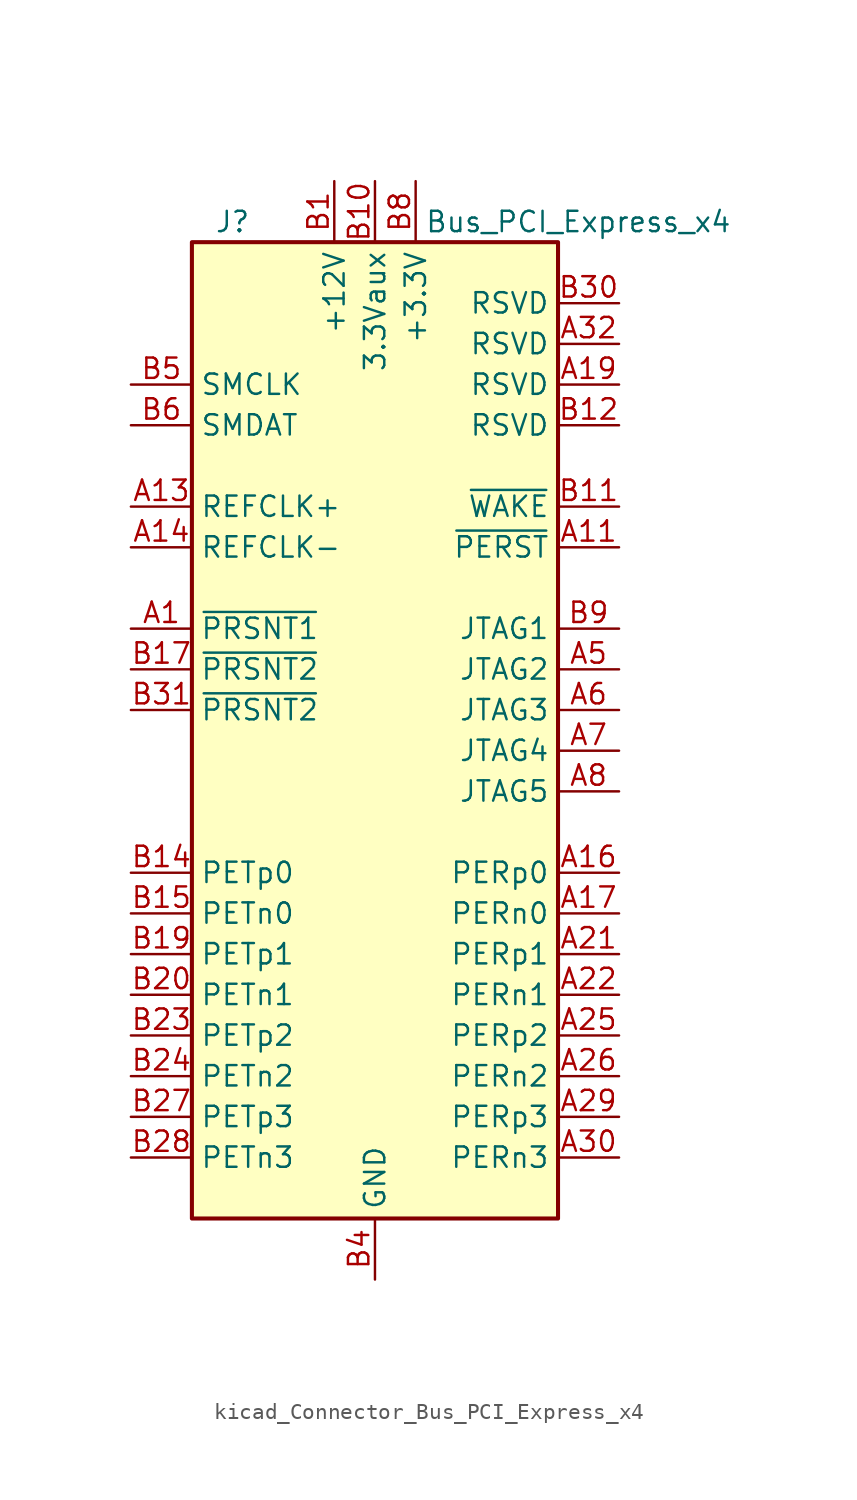
<source format=kicad_sym>
(kicad_symbol_lib
  (version 20220914)
  (generator kicad_symbol_editor)
  (symbol "kicad_Connector_Bus_PCI_Express_x4"
    (property "Reference" "J"
      (at -8.89 33.02 0)
      (effects (font (size 1.27 1.27))))
    (property "Value" "Bus_PCI_Express_x4"
      (at 12.7 33.02 0)
      (effects (font (size 1.27 1.27))))
    (symbol "kicad_Connector_Bus_PCI_Express_x4_0_1"
      (rectangle (start -11.43 31.75) (end 11.43 -29.21) (stroke (width 0.254) (type default)) (fill (type background))))
    (symbol "kicad_Connector_Bus_PCI_Express_x4_1_1"
      (pin passive line (at -15.24 7.62 0) (length 3.81) (name "~{PRSNT1}" (effects (font (size 1.27 1.27)))) (number "A1" (effects (font (size 1.27 1.27)))))
      (pin passive line (at 2.54 35.56 270) (length 3.81) hide (name "+3.3V" (effects (font (size 1.27 1.27)))) (number "A10" (effects (font (size 1.27 1.27)))))
      (pin input line (at 15.24 12.7 180) (length 3.81) (name "~{PERST}" (effects (font (size 1.27 1.27)))) (number "A11" (effects (font (size 1.27 1.27)))))
      (pin passive line (at 0 -33.02 90) (length 3.81) hide (name "GND" (effects (font (size 1.27 1.27)))) (number "A12" (effects (font (size 1.27 1.27)))))
      (pin input line (at -15.24 15.24 0) (length 3.81) (name "REFCLK+" (effects (font (size 1.27 1.27)))) (number "A13" (effects (font (size 1.27 1.27)))))
      (pin input line (at -15.24 12.7 0) (length 3.81) (name "REFCLK-" (effects (font (size 1.27 1.27)))) (number "A14" (effects (font (size 1.27 1.27)))))
      (pin passive line (at 0 -33.02 90) (length 3.81) hide (name "GND" (effects (font (size 1.27 1.27)))) (number "A15" (effects (font (size 1.27 1.27)))))
      (pin output line (at 15.24 -7.62 180) (length 3.81) (name "PERp0" (effects (font (size 1.27 1.27)))) (number "A16" (effects (font (size 1.27 1.27)))))
      (pin output line (at 15.24 -10.16 180) (length 3.81) (name "PERn0" (effects (font (size 1.27 1.27)))) (number "A17" (effects (font (size 1.27 1.27)))))
      (pin passive line (at 0 -33.02 90) (length 3.81) hide (name "GND" (effects (font (size 1.27 1.27)))) (number "A18" (effects (font (size 1.27 1.27)))))
      (pin passive line (at 15.24 22.86 180) (length 3.81) (name "RSVD" (effects (font (size 1.27 1.27)))) (number "A19" (effects (font (size 1.27 1.27)))))
      (pin passive line (at -2.54 35.56 270) (length 3.81) hide (name "+12V" (effects (font (size 1.27 1.27)))) (number "A2" (effects (font (size 1.27 1.27)))))
      (pin passive line (at 0 -33.02 90) (length 3.81) hide (name "GND" (effects (font (size 1.27 1.27)))) (number "A20" (effects (font (size 1.27 1.27)))))
      (pin output line (at 15.24 -12.7 180) (length 3.81) (name "PERp1" (effects (font (size 1.27 1.27)))) (number "A21" (effects (font (size 1.27 1.27)))))
      (pin output line (at 15.24 -15.24 180) (length 3.81) (name "PERn1" (effects (font (size 1.27 1.27)))) (number "A22" (effects (font (size 1.27 1.27)))))
      (pin passive line (at 0 -33.02 90) (length 3.81) hide (name "GND" (effects (font (size 1.27 1.27)))) (number "A23" (effects (font (size 1.27 1.27)))))
      (pin passive line (at 0 -33.02 90) (length 3.81) hide (name "GND" (effects (font (size 1.27 1.27)))) (number "A24" (effects (font (size 1.27 1.27)))))
      (pin output line (at 15.24 -17.78 180) (length 3.81) (name "PERp2" (effects (font (size 1.27 1.27)))) (number "A25" (effects (font (size 1.27 1.27)))))
      (pin output line (at 15.24 -20.32 180) (length 3.81) (name "PERn2" (effects (font (size 1.27 1.27)))) (number "A26" (effects (font (size 1.27 1.27)))))
      (pin passive line (at 0 -33.02 90) (length 3.81) hide (name "GND" (effects (font (size 1.27 1.27)))) (number "A27" (effects (font (size 1.27 1.27)))))
      (pin passive line (at 0 -33.02 90) (length 3.81) hide (name "GND" (effects (font (size 1.27 1.27)))) (number "A28" (effects (font (size 1.27 1.27)))))
      (pin output line (at 15.24 -22.86 180) (length 3.81) (name "PERp3" (effects (font (size 1.27 1.27)))) (number "A29" (effects (font (size 1.27 1.27)))))
      (pin passive line (at -2.54 35.56 270) (length 3.81) hide (name "+12V" (effects (font (size 1.27 1.27)))) (number "A3" (effects (font (size 1.27 1.27)))))
      (pin output line (at 15.24 -25.4 180) (length 3.81) (name "PERn3" (effects (font (size 1.27 1.27)))) (number "A30" (effects (font (size 1.27 1.27)))))
      (pin passive line (at 0 -33.02 90) (length 3.81) hide (name "GND" (effects (font (size 1.27 1.27)))) (number "A31" (effects (font (size 1.27 1.27)))))
      (pin passive line (at 15.24 25.4 180) (length 3.81) (name "RSVD" (effects (font (size 1.27 1.27)))) (number "A32" (effects (font (size 1.27 1.27)))))
      (pin passive line (at 0 -33.02 90) (length 3.81) hide (name "GND" (effects (font (size 1.27 1.27)))) (number "A4" (effects (font (size 1.27 1.27)))))
      (pin input line (at 15.24 5.08 180) (length 3.81) (name "JTAG2" (effects (font (size 1.27 1.27)))) (number "A5" (effects (font (size 1.27 1.27)))))
      (pin input line (at 15.24 2.54 180) (length 3.81) (name "JTAG3" (effects (font (size 1.27 1.27)))) (number "A6" (effects (font (size 1.27 1.27)))))
      (pin output line (at 15.24 0 180) (length 3.81) (name "JTAG4" (effects (font (size 1.27 1.27)))) (number "A7" (effects (font (size 1.27 1.27)))))
      (pin input line (at 15.24 -2.54 180) (length 3.81) (name "JTAG5" (effects (font (size 1.27 1.27)))) (number "A8" (effects (font (size 1.27 1.27)))))
      (pin passive line (at 2.54 35.56 270) (length 3.81) hide (name "+3.3V" (effects (font (size 1.27 1.27)))) (number "A9" (effects (font (size 1.27 1.27)))))
      (pin power_in line (at -2.54 35.56 270) (length 3.81) (name "+12V" (effects (font (size 1.27 1.27)))) (number "B1" (effects (font (size 1.27 1.27)))))
      (pin power_in line (at 0 35.56 270) (length 3.81) (name "3.3Vaux" (effects (font (size 1.27 1.27)))) (number "B10" (effects (font (size 1.27 1.27)))))
      (pin open_collector line (at 15.24 15.24 180) (length 3.81) (name "~{WAKE}" (effects (font (size 1.27 1.27)))) (number "B11" (effects (font (size 1.27 1.27)))))
      (pin passive line (at 15.24 20.32 180) (length 3.81) (name "RSVD" (effects (font (size 1.27 1.27)))) (number "B12" (effects (font (size 1.27 1.27)))))
      (pin passive line (at 0 -33.02 90) (length 3.81) hide (name "GND" (effects (font (size 1.27 1.27)))) (number "B13" (effects (font (size 1.27 1.27)))))
      (pin input line (at -15.24 -7.62 0) (length 3.81) (name "PETp0" (effects (font (size 1.27 1.27)))) (number "B14" (effects (font (size 1.27 1.27)))))
      (pin input line (at -15.24 -10.16 0) (length 3.81) (name "PETn0" (effects (font (size 1.27 1.27)))) (number "B15" (effects (font (size 1.27 1.27)))))
      (pin passive line (at 0 -33.02 90) (length 3.81) hide (name "GND" (effects (font (size 1.27 1.27)))) (number "B16" (effects (font (size 1.27 1.27)))))
      (pin passive line (at -15.24 5.08 0) (length 3.81) (name "~{PRSNT2}" (effects (font (size 1.27 1.27)))) (number "B17" (effects (font (size 1.27 1.27)))))
      (pin passive line (at 0 -33.02 90) (length 3.81) hide (name "GND" (effects (font (size 1.27 1.27)))) (number "B18" (effects (font (size 1.27 1.27)))))
      (pin input line (at -15.24 -12.7 0) (length 3.81) (name "PETp1" (effects (font (size 1.27 1.27)))) (number "B19" (effects (font (size 1.27 1.27)))))
      (pin passive line (at -2.54 35.56 270) (length 3.81) hide (name "+12V" (effects (font (size 1.27 1.27)))) (number "B2" (effects (font (size 1.27 1.27)))))
      (pin input line (at -15.24 -15.24 0) (length 3.81) (name "PETn1" (effects (font (size 1.27 1.27)))) (number "B20" (effects (font (size 1.27 1.27)))))
      (pin passive line (at 0 -33.02 90) (length 3.81) hide (name "GND" (effects (font (size 1.27 1.27)))) (number "B21" (effects (font (size 1.27 1.27)))))
      (pin passive line (at 0 -33.02 90) (length 3.81) hide (name "GND" (effects (font (size 1.27 1.27)))) (number "B22" (effects (font (size 1.27 1.27)))))
      (pin input line (at -15.24 -17.78 0) (length 3.81) (name "PETp2" (effects (font (size 1.27 1.27)))) (number "B23" (effects (font (size 1.27 1.27)))))
      (pin input line (at -15.24 -20.32 0) (length 3.81) (name "PETn2" (effects (font (size 1.27 1.27)))) (number "B24" (effects (font (size 1.27 1.27)))))
      (pin passive line (at 0 -33.02 90) (length 3.81) hide (name "GND" (effects (font (size 1.27 1.27)))) (number "B25" (effects (font (size 1.27 1.27)))))
      (pin passive line (at 0 -33.02 90) (length 3.81) hide (name "GND" (effects (font (size 1.27 1.27)))) (number "B26" (effects (font (size 1.27 1.27)))))
      (pin input line (at -15.24 -22.86 0) (length 3.81) (name "PETp3" (effects (font (size 1.27 1.27)))) (number "B27" (effects (font (size 1.27 1.27)))))
      (pin input line (at -15.24 -25.4 0) (length 3.81) (name "PETn3" (effects (font (size 1.27 1.27)))) (number "B28" (effects (font (size 1.27 1.27)))))
      (pin passive line (at 0 -33.02 90) (length 3.81) hide (name "GND" (effects (font (size 1.27 1.27)))) (number "B29" (effects (font (size 1.27 1.27)))))
      (pin passive line (at -2.54 35.56 270) (length 3.81) hide (name "+12V" (effects (font (size 1.27 1.27)))) (number "B3" (effects (font (size 1.27 1.27)))))
      (pin passive line (at 15.24 27.94 180) (length 3.81) (name "RSVD" (effects (font (size 1.27 1.27)))) (number "B30" (effects (font (size 1.27 1.27)))))
      (pin passive line (at -15.24 2.54 0) (length 3.81) (name "~{PRSNT2}" (effects (font (size 1.27 1.27)))) (number "B31" (effects (font (size 1.27 1.27)))))
      (pin passive line (at 0 -33.02 90) (length 3.81) hide (name "GND" (effects (font (size 1.27 1.27)))) (number "B32" (effects (font (size 1.27 1.27)))))
      (pin power_in line (at 0 -33.02 90) (length 3.81) (name "GND" (effects (font (size 1.27 1.27)))) (number "B4" (effects (font (size 1.27 1.27)))))
      (pin input line (at -15.24 22.86 0) (length 3.81) (name "SMCLK" (effects (font (size 1.27 1.27)))) (number "B5" (effects (font (size 1.27 1.27)))))
      (pin bidirectional line (at -15.24 20.32 0) (length 3.81) (name "SMDAT" (effects (font (size 1.27 1.27)))) (number "B6" (effects (font (size 1.27 1.27)))))
      (pin passive line (at 0 -33.02 90) (length 3.81) hide (name "GND" (effects (font (size 1.27 1.27)))) (number "B7" (effects (font (size 1.27 1.27)))))
      (pin power_in line (at 2.54 35.56 270) (length 3.81) (name "+3.3V" (effects (font (size 1.27 1.27)))) (number "B8" (effects (font (size 1.27 1.27)))))
      (pin input line (at 15.24 7.62 180) (length 3.81) (name "JTAG1" (effects (font (size 1.27 1.27)))) (number "B9" (effects (font (size 1.27 1.27))))))))
</source>
